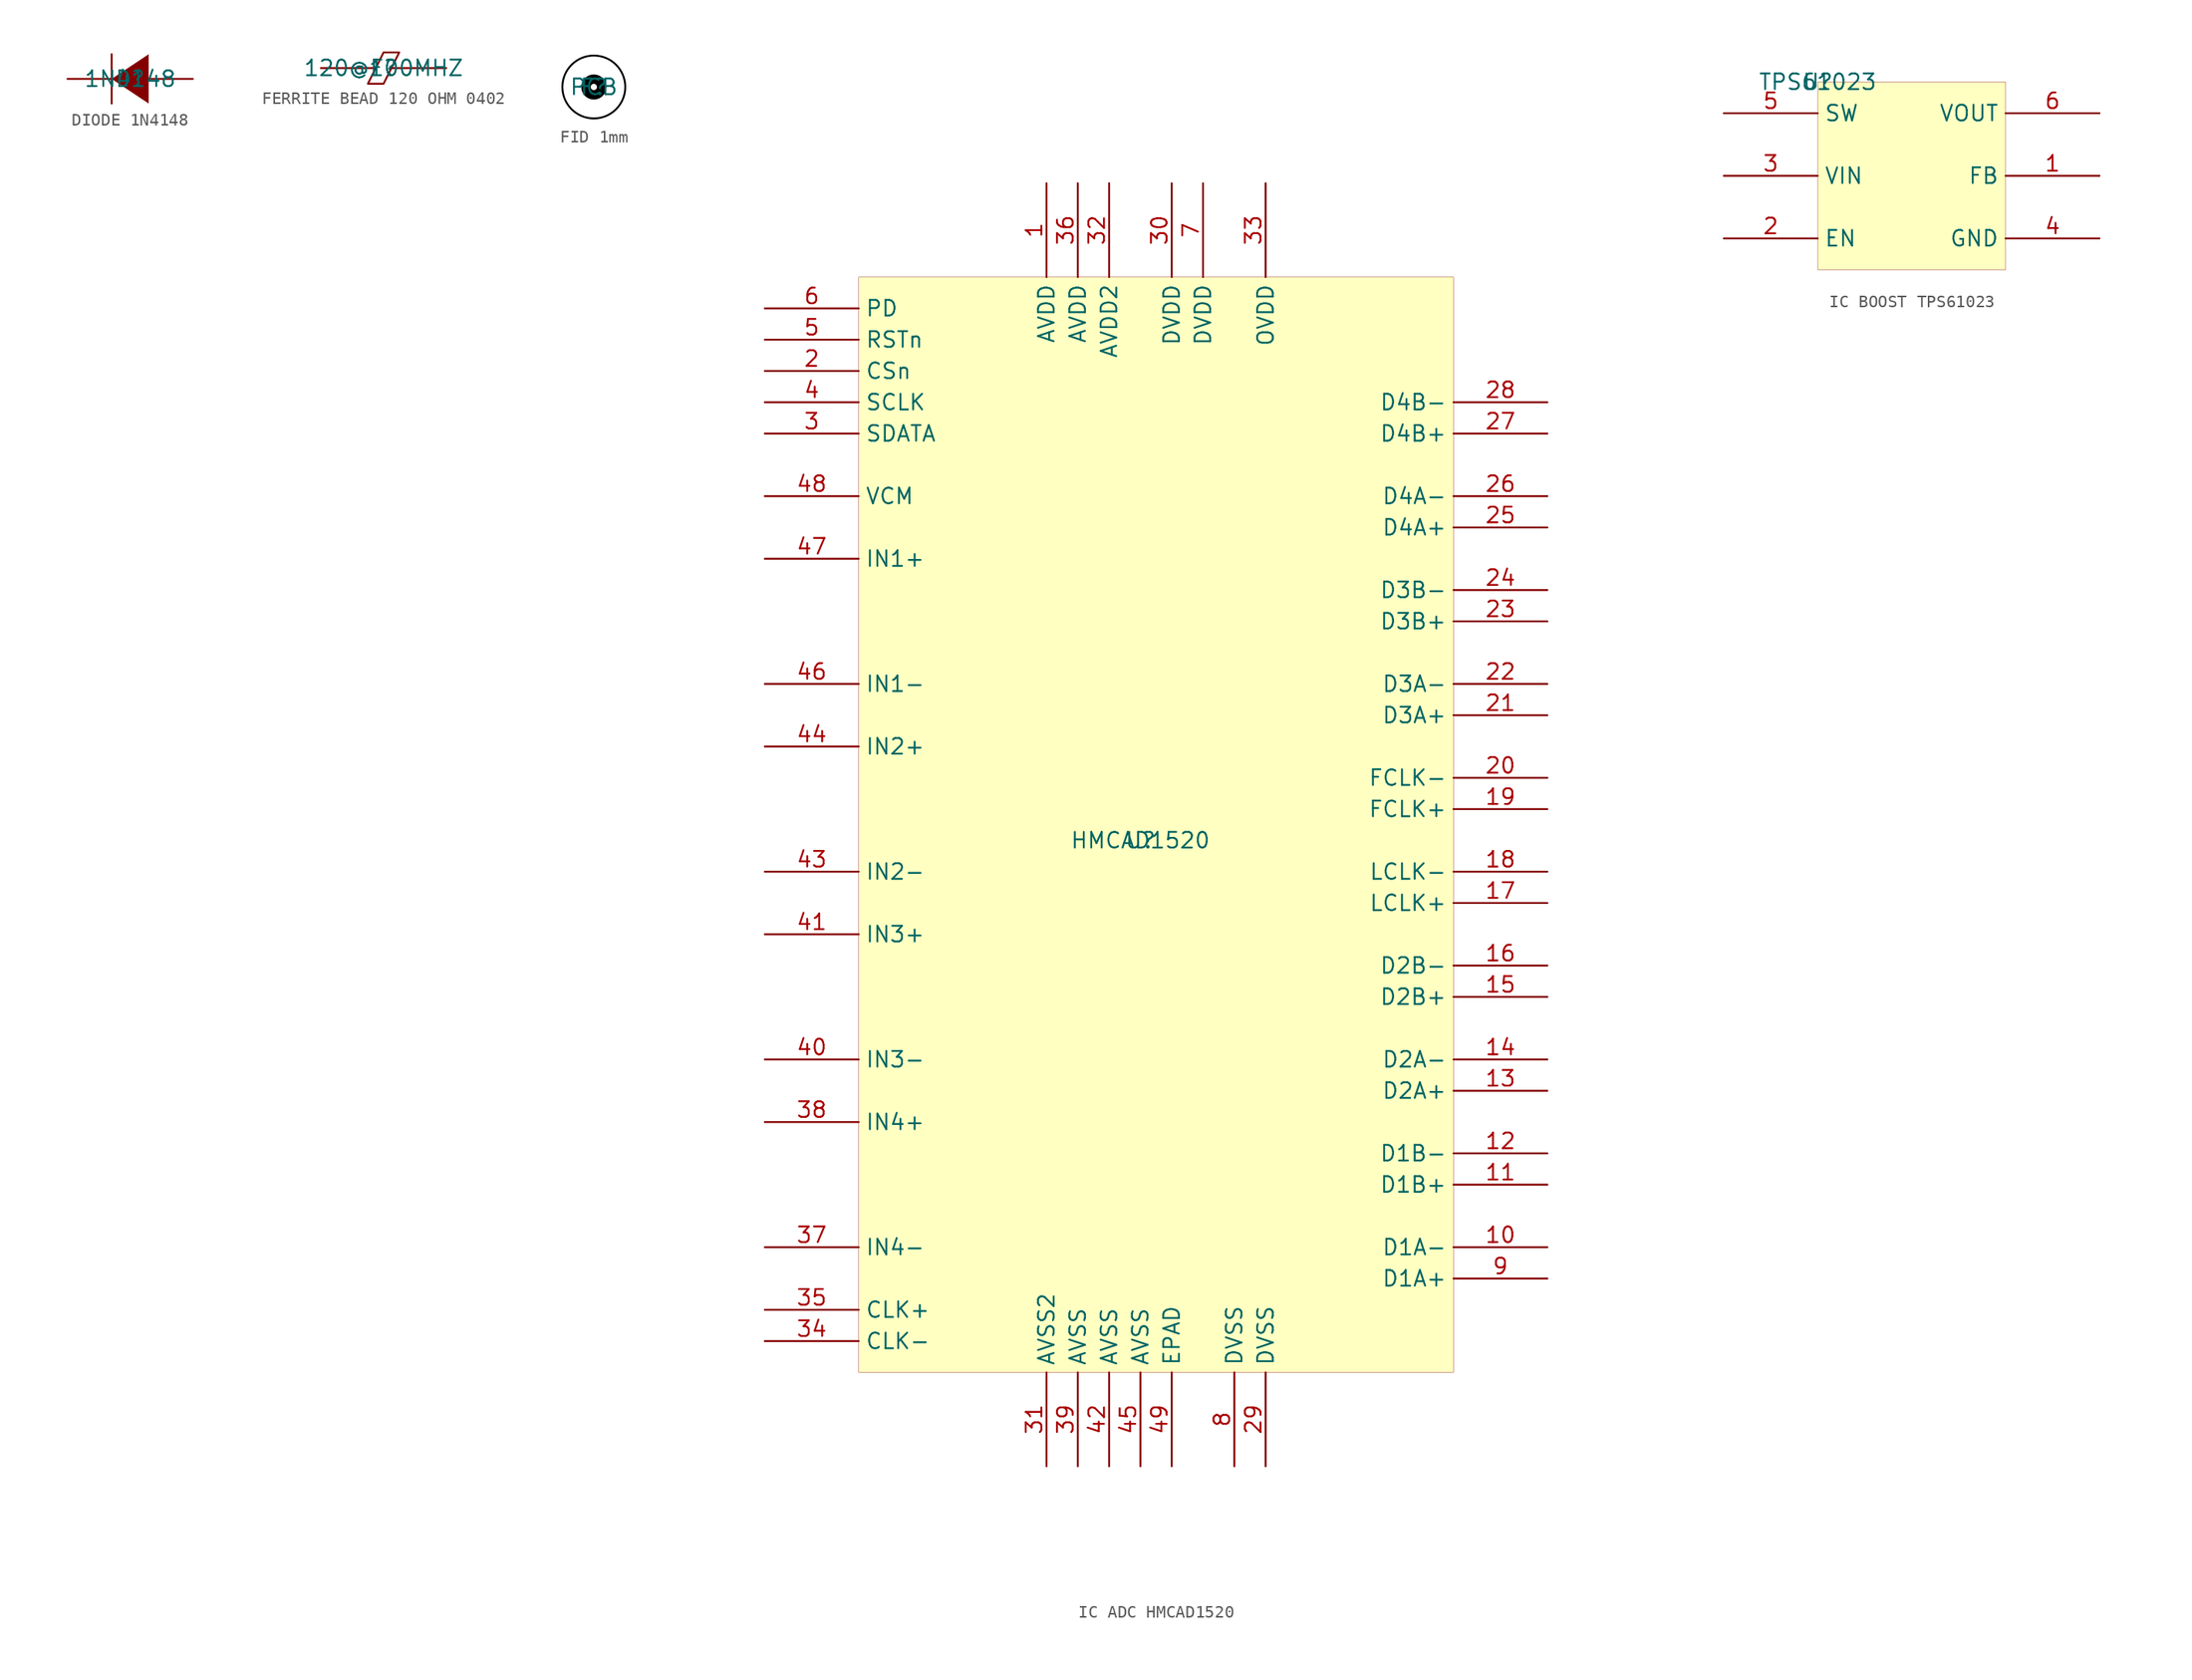
<source format=kicad_sym>
(kicad_symbol_lib
  (version 20241209)
  (generator "kicad_symbol_editor")
  (generator_version "8.99")
  (symbol "DIODE 1N4148"
    (pin_numbers
      (hide yes))
    (pin_names
      (hide yes))
    (property "Reference" "D"
      (at 0 0 0)
      (effects (font (size 1.27 1.27))))
    (property "Value" "1N4148"
      (at 0 0 0)
      (effects (font (size 1.27 1.27))))
    (symbol "DIODE 1N4148_1_0"
      (polyline (pts (xy -1.5 -2) (xy -1.5 2)) (stroke (width 0) (type solid)) (fill (type none)))
      (polyline (pts (xy 1.5 2) (xy -1.5 0) (xy 1.5 -2) (xy 1.5 2)) (stroke (width -0.0001) (type solid)) (fill (type outline)))
      (pin passive line (at -5.08 0 0) (length 3.81) (name "K" (effects (font (size 1.27 1.27)))) (number "1" (effects (font (size 1.27 1.27)))))
      (pin passive line (at 5.08 0 180) (length 3.81) (name "A" (effects (font (size 1.27 1.27)))) (number "2" (effects (font (size 1.27 1.27)))))))
  (symbol "FERRITE BEAD 120 OHM 0402"
    (pin_numbers
      (hide yes))
    (pin_names
      (hide yes))
    (property "Reference" "F"
      (at 0 0 0)
      (effects (font (size 1.27 1.27))))
    (property "Value" "120@100MHZ"
      (at 0 0 0)
      (effects (font (size 1.27 1.27))))
    (symbol "FERRITE BEAD 120 OHM 0402_1_0"
      (polyline (pts (xy 0 1.27) (xy -1.27 -1.27) (xy 0 -1.27) (xy 1.27 1.27) (xy 0 1.27)) (stroke (width 0) (type solid)) (fill (type none)))
      (pin passive line (at -5.08 0 0) (length 4.445) (name "1" (effects (font (size 1.27 1.27)))) (number "1" (effects (font (size 1.27 1.27)))))
      (pin passive line (at 5.08 0 180) (length 4.445) (name "2" (effects (font (size 1.27 1.27)))) (number "2" (effects (font (size 1.27 1.27)))))))
  (symbol "FID 1mm"
    (pin_numbers
      (hide yes))
    (pin_names
      (hide yes))
    (property "Reference" "F"
      (at 0 0 0)
      (effects (font (size 1.27 1.27))))
    (property "Value" "PCB"
      (at 0 0 0)
      (effects (font (size 1.27 1.27))))
    (symbol "FID 1mm_1_0"
      (circle (center 0 0) (radius 0.635) (stroke (width 0.762) (type solid) (color 0 0 0 1)) (fill (type none)))
      (circle (center 0 0) (radius 2.54) (stroke (width 0) (type solid) (color 0 0 0 1)) (fill (type none)))))
  (symbol "IC ADC HMCAD1520"
    (property "Reference" "U"
      (at 0 0 0)
      (effects (font (size 1.27 1.27))))
    (property "Value" "HMCAD1520"
      (at 0 0 0)
      (effects (font (size 1.27 1.27))))
    (symbol "IC ADC HMCAD1520_1_0"
      (rectangle (start 25.4 45.72) (end -22.86 -43.18) (stroke (width 0.025) (type solid) (color 128 0 0 1)) (fill (type background)))
      (pin input line (at -30.48 43.18 0) (length 7.62) (name "PD" (effects (font (size 1.27 1.27)))) (number "6" (effects (font (size 1.27 1.27)))))
      (pin input line (at -30.48 40.64 0) (length 7.62) (name "RSTn" (effects (font (size 1.27 1.27)))) (number "5" (effects (font (size 1.27 1.27)))))
      (pin input line (at -30.48 38.1 0) (length 7.62) (name "CSn" (effects (font (size 1.27 1.27)))) (number "2" (effects (font (size 1.27 1.27)))))
      (pin input line (at -30.48 35.56 0) (length 7.62) (name "SCLK" (effects (font (size 1.27 1.27)))) (number "4" (effects (font (size 1.27 1.27)))))
      (pin bidirectional line (at -30.48 33.02 0) (length 7.62) (name "SDATA" (effects (font (size 1.27 1.27)))) (number "3" (effects (font (size 1.27 1.27)))))
      (pin output line (at -30.48 27.94 0) (length 7.62) (name "VCM" (effects (font (size 1.27 1.27)))) (number "48" (effects (font (size 1.27 1.27)))))
      (pin input line (at -30.48 22.86 0) (length 7.62) (name "IN1+" (effects (font (size 1.27 1.27)))) (number "47" (effects (font (size 1.27 1.27)))))
      (pin input line (at -30.48 12.7 0) (length 7.62) (name "IN1-" (effects (font (size 1.27 1.27)))) (number "46" (effects (font (size 1.27 1.27)))))
      (pin input line (at -30.48 7.62 0) (length 7.62) (name "IN2+" (effects (font (size 1.27 1.27)))) (number "44" (effects (font (size 1.27 1.27)))))
      (pin input line (at -30.48 -2.54 0) (length 7.62) (name "IN2-" (effects (font (size 1.27 1.27)))) (number "43" (effects (font (size 1.27 1.27)))))
      (pin input line (at -30.48 -7.62 0) (length 7.62) (name "IN3+" (effects (font (size 1.27 1.27)))) (number "41" (effects (font (size 1.27 1.27)))))
      (pin input line (at -30.48 -17.78 0) (length 7.62) (name "IN3-" (effects (font (size 1.27 1.27)))) (number "40" (effects (font (size 1.27 1.27)))))
      (pin input line (at -30.48 -22.86 0) (length 7.62) (name "IN4+" (effects (font (size 1.27 1.27)))) (number "38" (effects (font (size 1.27 1.27)))))
      (pin input line (at -30.48 -33.02 0) (length 7.62) (name "IN4-" (effects (font (size 1.27 1.27)))) (number "37" (effects (font (size 1.27 1.27)))))
      (pin input line (at -30.48 -38.1 0) (length 7.62) (name "CLK+" (effects (font (size 1.27 1.27)))) (number "35" (effects (font (size 1.27 1.27)))))
      (pin input line (at -30.48 -40.64 0) (length 7.62) (name "CLK-" (effects (font (size 1.27 1.27)))) (number "34" (effects (font (size 1.27 1.27)))))
      (pin power_in line (at -7.62 53.34 270) (length 7.62) (name "AVDD" (effects (font (size 1.27 1.27)))) (number "1" (effects (font (size 1.27 1.27)))))
      (pin power_in line (at -7.62 -50.8 90) (length 7.62) (name "AVSS2" (effects (font (size 1.27 1.27)))) (number "31" (effects (font (size 1.27 1.27)))))
      (pin power_in line (at -5.08 53.34 270) (length 7.62) (name "AVDD" (effects (font (size 1.27 1.27)))) (number "36" (effects (font (size 1.27 1.27)))))
      (pin power_in line (at -5.08 -50.8 90) (length 7.62) (name "AVSS" (effects (font (size 1.27 1.27)))) (number "39" (effects (font (size 1.27 1.27)))))
      (pin power_in line (at -2.54 53.34 270) (length 7.62) (name "AVDD2" (effects (font (size 1.27 1.27)))) (number "32" (effects (font (size 1.27 1.27)))))
      (pin power_in line (at -2.54 -50.8 90) (length 7.62) (name "AVSS" (effects (font (size 1.27 1.27)))) (number "42" (effects (font (size 1.27 1.27)))))
      (pin power_in line (at 0 -50.8 90) (length 7.62) (name "AVSS" (effects (font (size 1.27 1.27)))) (number "45" (effects (font (size 1.27 1.27)))))
      (pin power_in line (at 2.54 53.34 270) (length 7.62) (name "DVDD" (effects (font (size 1.27 1.27)))) (number "30" (effects (font (size 1.27 1.27)))))
      (pin power_in line (at 2.54 -50.8 90) (length 7.62) (name "EPAD" (effects (font (size 1.27 1.27)))) (number "49" (effects (font (size 1.27 1.27)))))
      (pin power_in line (at 5.08 53.34 270) (length 7.62) (name "DVDD" (effects (font (size 1.27 1.27)))) (number "7" (effects (font (size 1.27 1.27)))))
      (pin power_in line (at 7.62 -50.8 90) (length 7.62) (name "DVSS" (effects (font (size 1.27 1.27)))) (number "8" (effects (font (size 1.27 1.27)))))
      (pin power_in line (at 10.16 53.34 270) (length 7.62) (name "OVDD" (effects (font (size 1.27 1.27)))) (number "33" (effects (font (size 1.27 1.27)))))
      (pin power_in line (at 10.16 -50.8 90) (length 7.62) (name "DVSS" (effects (font (size 1.27 1.27)))) (number "29" (effects (font (size 1.27 1.27)))))
      (pin output line (at 33.02 35.56 180) (length 7.62) (name "D4B-" (effects (font (size 1.27 1.27)))) (number "28" (effects (font (size 1.27 1.27)))))
      (pin output line (at 33.02 33.02 180) (length 7.62) (name "D4B+" (effects (font (size 1.27 1.27)))) (number "27" (effects (font (size 1.27 1.27)))))
      (pin output line (at 33.02 27.94 180) (length 7.62) (name "D4A-" (effects (font (size 1.27 1.27)))) (number "26" (effects (font (size 1.27 1.27)))))
      (pin output line (at 33.02 25.4 180) (length 7.62) (name "D4A+" (effects (font (size 1.27 1.27)))) (number "25" (effects (font (size 1.27 1.27)))))
      (pin output line (at 33.02 20.32 180) (length 7.62) (name "D3B-" (effects (font (size 1.27 1.27)))) (number "24" (effects (font (size 1.27 1.27)))))
      (pin output line (at 33.02 17.78 180) (length 7.62) (name "D3B+" (effects (font (size 1.27 1.27)))) (number "23" (effects (font (size 1.27 1.27)))))
      (pin output line (at 33.02 12.7 180) (length 7.62) (name "D3A-" (effects (font (size 1.27 1.27)))) (number "22" (effects (font (size 1.27 1.27)))))
      (pin output line (at 33.02 10.16 180) (length 7.62) (name "D3A+" (effects (font (size 1.27 1.27)))) (number "21" (effects (font (size 1.27 1.27)))))
      (pin output line (at 33.02 5.08 180) (length 7.62) (name "FCLK-" (effects (font (size 1.27 1.27)))) (number "20" (effects (font (size 1.27 1.27)))))
      (pin output line (at 33.02 2.54 180) (length 7.62) (name "FCLK+" (effects (font (size 1.27 1.27)))) (number "19" (effects (font (size 1.27 1.27)))))
      (pin output line (at 33.02 -2.54 180) (length 7.62) (name "LCLK-" (effects (font (size 1.27 1.27)))) (number "18" (effects (font (size 1.27 1.27)))))
      (pin output line (at 33.02 -5.08 180) (length 7.62) (name "LCLK+" (effects (font (size 1.27 1.27)))) (number "17" (effects (font (size 1.27 1.27)))))
      (pin output line (at 33.02 -10.16 180) (length 7.62) (name "D2B-" (effects (font (size 1.27 1.27)))) (number "16" (effects (font (size 1.27 1.27)))))
      (pin output line (at 33.02 -12.7 180) (length 7.62) (name "D2B+" (effects (font (size 1.27 1.27)))) (number "15" (effects (font (size 1.27 1.27)))))
      (pin output line (at 33.02 -17.78 180) (length 7.62) (name "D2A-" (effects (font (size 1.27 1.27)))) (number "14" (effects (font (size 1.27 1.27)))))
      (pin output line (at 33.02 -20.32 180) (length 7.62) (name "D2A+" (effects (font (size 1.27 1.27)))) (number "13" (effects (font (size 1.27 1.27)))))
      (pin output line (at 33.02 -25.4 180) (length 7.62) (name "D1B-" (effects (font (size 1.27 1.27)))) (number "12" (effects (font (size 1.27 1.27)))))
      (pin output line (at 33.02 -27.94 180) (length 7.62) (name "D1B+" (effects (font (size 1.27 1.27)))) (number "11" (effects (font (size 1.27 1.27)))))
      (pin output line (at 33.02 -33.02 180) (length 7.62) (name "D1A-" (effects (font (size 1.27 1.27)))) (number "10" (effects (font (size 1.27 1.27)))))
      (pin output line (at 33.02 -35.56 180) (length 7.62) (name "D1A+" (effects (font (size 1.27 1.27)))) (number "9" (effects (font (size 1.27 1.27)))))))
  (symbol "IC BOOST TPS61023"
    (property "Reference" "U"
      (at 0 0 0)
      (effects (font (size 1.27 1.27))))
    (property "Value" "TPS61023"
      (at 0 0 0)
      (effects (font (size 1.27 1.27))))
    (symbol "IC BOOST TPS61023_1_0"
      (rectangle (start 15.24 0) (end 0 -15.24) (stroke (width 0.025) (type solid) (color 128 0 0 1)) (fill (type background)))
      (pin power_in line (at -7.62 -2.54 0) (length 7.62) (name "SW" (effects (font (size 1.27 1.27)))) (number "5" (effects (font (size 1.27 1.27)))))
      (pin power_in line (at -7.62 -7.62 0) (length 7.62) (name "VIN" (effects (font (size 1.27 1.27)))) (number "3" (effects (font (size 1.27 1.27)))))
      (pin input line (at -7.62 -12.7 0) (length 7.62) (name "EN" (effects (font (size 1.27 1.27)))) (number "2" (effects (font (size 1.27 1.27)))))
      (pin power_out line (at 22.86 -2.54 180) (length 7.62) (name "VOUT" (effects (font (size 1.27 1.27)))) (number "6" (effects (font (size 1.27 1.27)))))
      (pin passive line (at 22.86 -7.62 180) (length 7.62) (name "FB" (effects (font (size 1.27 1.27)))) (number "1" (effects (font (size 1.27 1.27)))))
      (pin power_in line (at 22.86 -12.7 180) (length 7.62) (name "GND" (effects (font (size 1.27 1.27)))) (number "4" (effects (font (size 1.27 1.27))))))))
</source>
